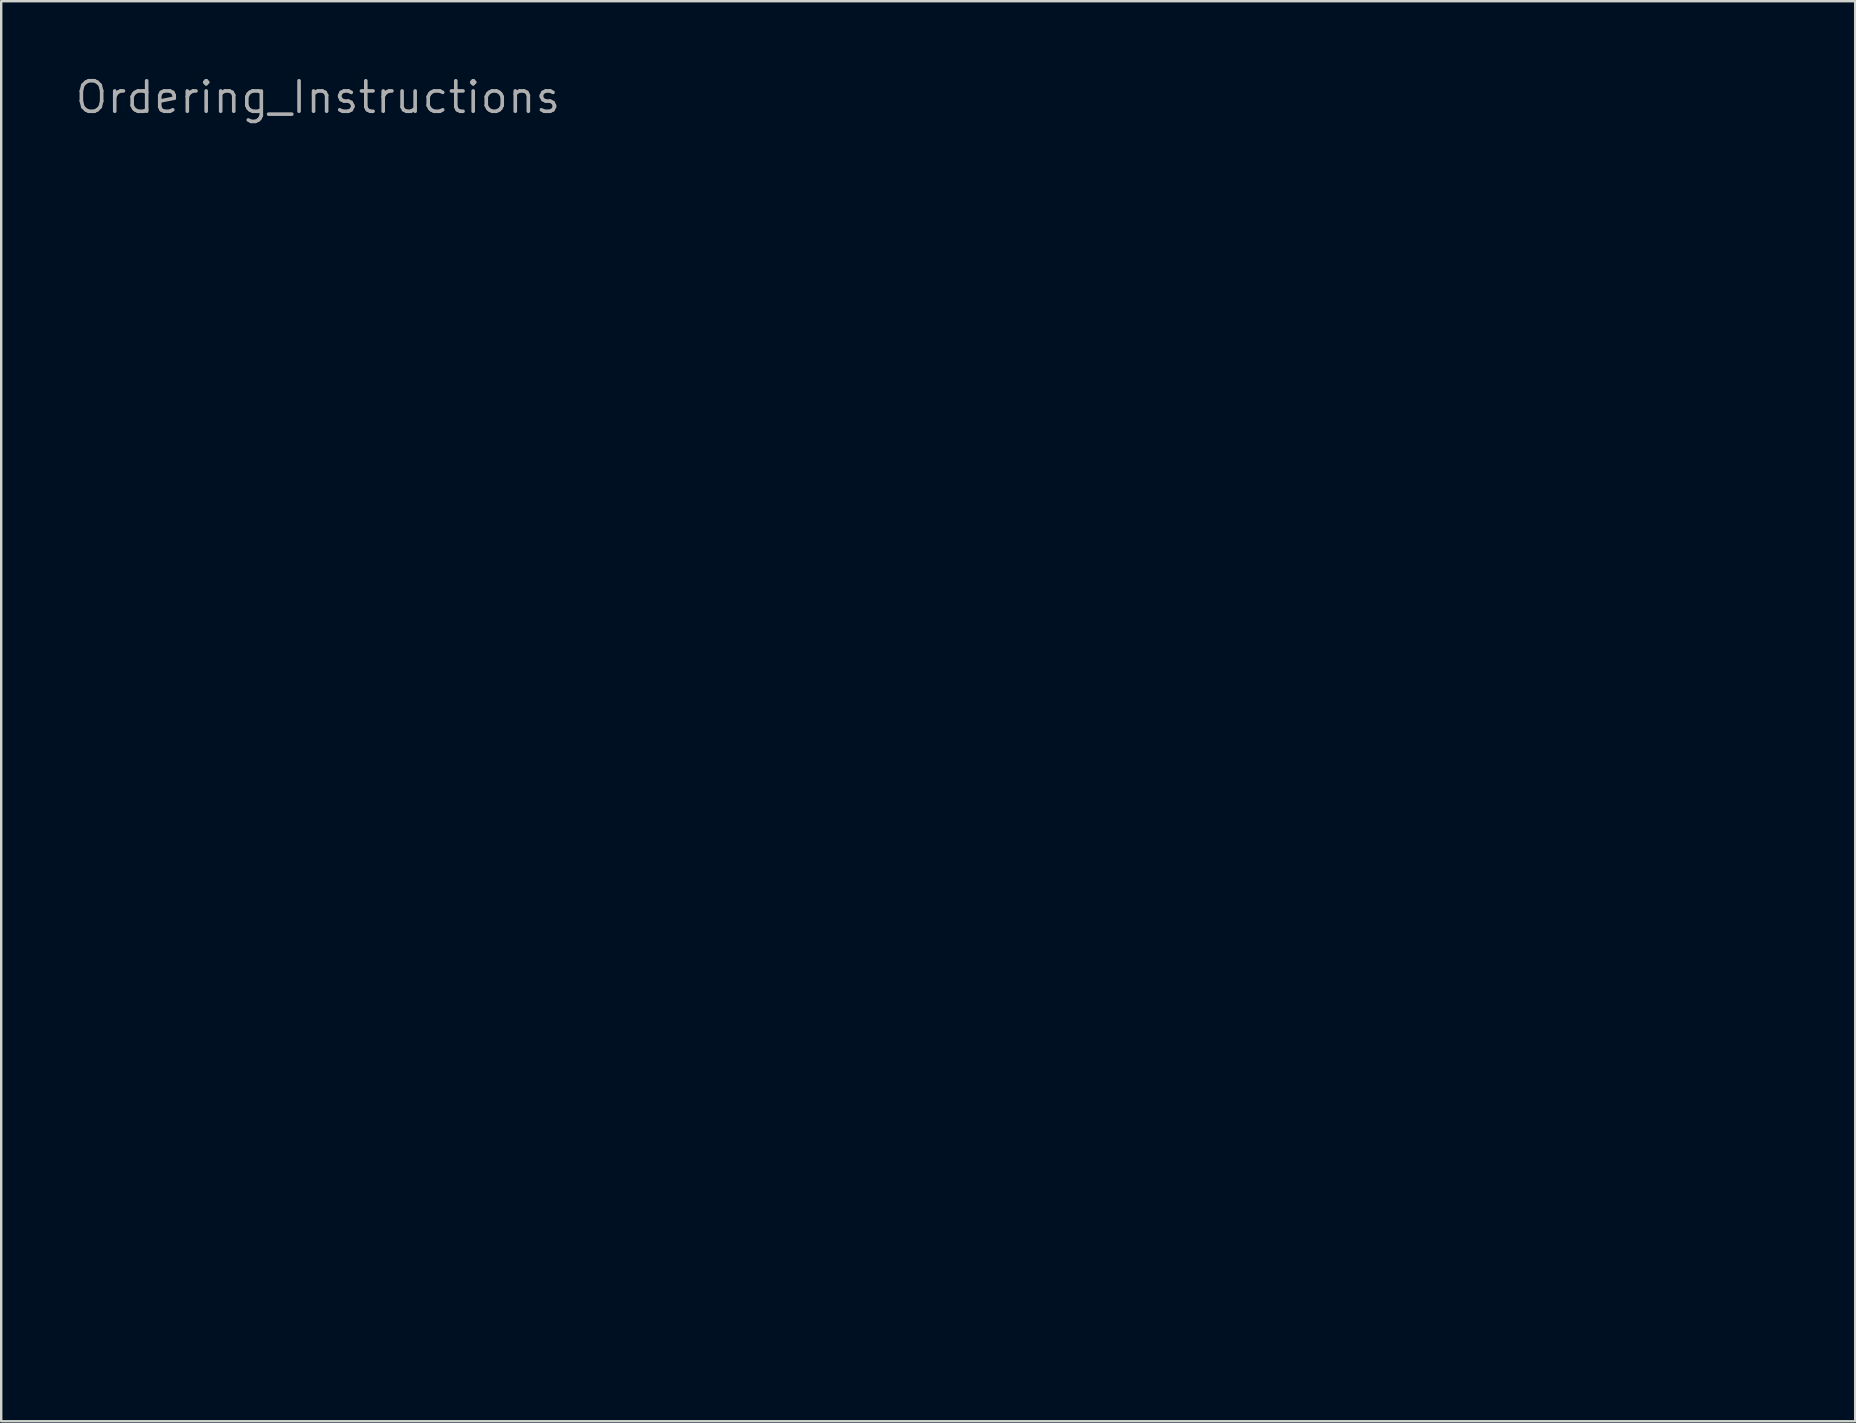
<source format=kicad_pcb>
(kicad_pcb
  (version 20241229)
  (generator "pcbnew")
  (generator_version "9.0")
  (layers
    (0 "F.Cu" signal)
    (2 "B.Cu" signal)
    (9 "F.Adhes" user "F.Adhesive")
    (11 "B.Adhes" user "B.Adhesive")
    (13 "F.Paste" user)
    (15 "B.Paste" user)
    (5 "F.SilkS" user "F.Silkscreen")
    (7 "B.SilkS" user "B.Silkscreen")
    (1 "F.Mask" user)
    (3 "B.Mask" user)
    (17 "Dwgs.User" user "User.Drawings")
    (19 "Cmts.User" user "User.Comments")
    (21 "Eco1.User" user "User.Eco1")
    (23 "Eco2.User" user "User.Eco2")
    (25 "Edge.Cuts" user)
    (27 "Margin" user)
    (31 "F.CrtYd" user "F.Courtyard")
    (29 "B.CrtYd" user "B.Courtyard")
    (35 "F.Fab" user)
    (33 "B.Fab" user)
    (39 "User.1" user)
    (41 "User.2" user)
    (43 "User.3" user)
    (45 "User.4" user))
  (footprint "Ordering_Instructions"
    (layer "F.Cu")
    (at 7.658 2.276)
    (property "Reference" "Ordering_Instructions" (at 2.54 -1.27 0) (layer "F.Fab") (effects (font (size 1.27 1.27) (thickness 0.15))))
    (fp_line (start 0 4.445) (end 63.5 4.445) (stroke (width 0.203) (type solid)) (layer "Eco1.User"))
    (fp_rect (start 0 0) (end 63.5 50.8) (stroke (width 0.2) (type default)) (fill no) (layer "Eco1.User"))
    (fp_text user "Ordering Instructions:" (at 1.27 1.27 0) (layer "Eco1.User") (effects (font (size 2.591 2.591) (thickness 0.457)) (justify left top))))
  (gr_rect
    (start -3 -3)
    (end 74.259 56.176)
    (stroke (width 0.1) (type default))
    (fill no)
    (layer "Edge.Cuts")))
</source>
